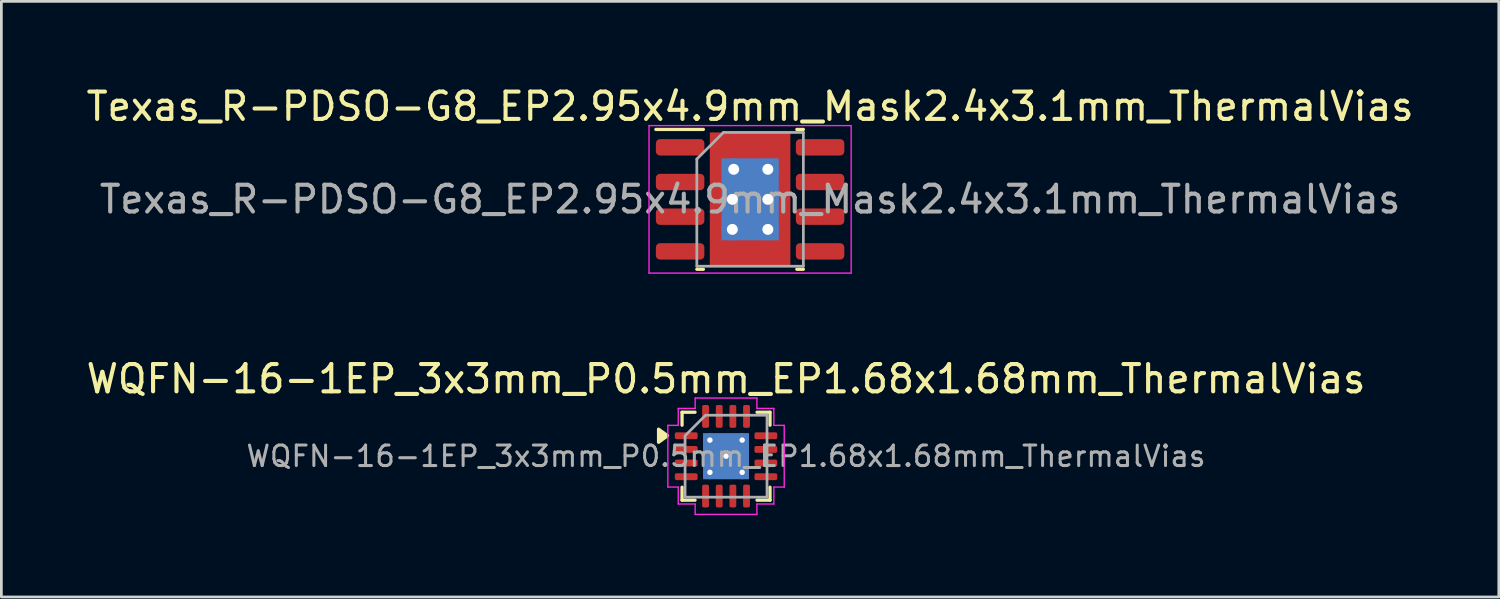
<source format=kicad_pcb>
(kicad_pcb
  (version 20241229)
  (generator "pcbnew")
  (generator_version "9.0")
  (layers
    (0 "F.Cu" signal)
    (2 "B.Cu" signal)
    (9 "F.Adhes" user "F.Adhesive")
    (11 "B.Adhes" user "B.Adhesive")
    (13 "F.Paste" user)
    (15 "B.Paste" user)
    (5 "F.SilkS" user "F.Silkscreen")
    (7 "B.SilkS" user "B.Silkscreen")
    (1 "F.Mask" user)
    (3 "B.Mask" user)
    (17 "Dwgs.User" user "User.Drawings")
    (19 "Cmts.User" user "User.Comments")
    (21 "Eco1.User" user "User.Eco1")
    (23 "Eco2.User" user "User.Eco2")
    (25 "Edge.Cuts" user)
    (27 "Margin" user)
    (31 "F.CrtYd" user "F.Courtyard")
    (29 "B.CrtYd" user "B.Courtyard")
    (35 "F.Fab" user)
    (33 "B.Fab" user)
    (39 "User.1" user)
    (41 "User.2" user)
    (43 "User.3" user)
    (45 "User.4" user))
  (footprint "WQFN-16-1EP_3x3mm_P0.5mm_EP1.68x1.68mm_ThermalVias"
    (layer "F.Cu")
    (at 23.53 13.652)
    (property "Reference" "WQFN-16-1EP_3x3mm_P0.5mm_EP1.68x1.68mm_ThermalVias" (at 0 -2.83 0) (layer "F.SilkS") (effects (font (size 1 1) (thickness 0.15))))
    (attr smd)
    (fp_line (start -1.61 -1.61) (end -1.135 -1.61) (stroke (width 0.12) (type solid)) (layer "F.SilkS"))
    (fp_line (start -1.61 -1.135) (end -1.61 -1.61) (stroke (width 0.12) (type solid)) (layer "F.SilkS"))
    (fp_line (start -1.61 1.61) (end -1.61 1.135) (stroke (width 0.12) (type solid)) (layer "F.SilkS"))
    (fp_line (start -1.135 1.61) (end -1.61 1.61) (stroke (width 0.12) (type solid)) (layer "F.SilkS"))
    (fp_line (start 1.135 -1.61) (end 1.61 -1.61) (stroke (width 0.12) (type solid)) (layer "F.SilkS"))
    (fp_line (start 1.61 -1.61) (end 1.61 -1.135) (stroke (width 0.12) (type solid)) (layer "F.SilkS"))
    (fp_line (start 1.61 1.135) (end 1.61 1.61) (stroke (width 0.12) (type solid)) (layer "F.SilkS"))
    (fp_line (start 1.61 1.61) (end 1.135 1.61) (stroke (width 0.12) (type solid)) (layer "F.SilkS"))
    (fp_poly (pts (xy -2.14 -0.75) (xy -2.47 -0.51) (xy -2.47 -0.99)) (stroke (width 0.12) (type solid)) (fill yes) (layer "F.SilkS"))
    (fp_line (start -2.13 -1.13) (end -1.75 -1.13) (stroke (width 0.05) (type solid)) (layer "F.CrtYd"))
    (fp_line (start -2.13 1.13) (end -2.13 -1.13) (stroke (width 0.05) (type solid)) (layer "F.CrtYd"))
    (fp_line (start -1.75 -1.75) (end -1.13 -1.75) (stroke (width 0.05) (type solid)) (layer "F.CrtYd"))
    (fp_line (start -1.75 -1.13) (end -1.75 -1.75) (stroke (width 0.05) (type solid)) (layer "F.CrtYd"))
    (fp_line (start -1.75 1.13) (end -2.13 1.13) (stroke (width 0.05) (type solid)) (layer "F.CrtYd"))
    (fp_line (start -1.75 1.75) (end -1.75 1.13) (stroke (width 0.05) (type solid)) (layer "F.CrtYd"))
    (fp_line (start -1.13 -2.13) (end 1.13 -2.13) (stroke (width 0.05) (type solid)) (layer "F.CrtYd"))
    (fp_line (start -1.13 -1.75) (end -1.13 -2.13) (stroke (width 0.05) (type solid)) (layer "F.CrtYd"))
    (fp_line (start -1.13 1.75) (end -1.75 1.75) (stroke (width 0.05) (type solid)) (layer "F.CrtYd"))
    (fp_line (start -1.13 2.13) (end -1.13 1.75) (stroke (width 0.05) (type solid)) (layer "F.CrtYd"))
    (fp_line (start 1.13 -2.13) (end 1.13 -1.75) (stroke (width 0.05) (type solid)) (layer "F.CrtYd"))
    (fp_line (start 1.13 -1.75) (end 1.75 -1.75) (stroke (width 0.05) (type solid)) (layer "F.CrtYd"))
    (fp_line (start 1.13 1.75) (end 1.13 2.13) (stroke (width 0.05) (type solid)) (layer "F.CrtYd"))
    (fp_line (start 1.13 2.13) (end -1.13 2.13) (stroke (width 0.05) (type solid)) (layer "F.CrtYd"))
    (fp_line (start 1.75 -1.75) (end 1.75 -1.13) (stroke (width 0.05) (type solid)) (layer "F.CrtYd"))
    (fp_line (start 1.75 -1.13) (end 2.13 -1.13) (stroke (width 0.05) (type solid)) (layer "F.CrtYd"))
    (fp_line (start 1.75 1.13) (end 1.75 1.75) (stroke (width 0.05) (type solid)) (layer "F.CrtYd"))
    (fp_line (start 1.75 1.75) (end 1.13 1.75) (stroke (width 0.05) (type solid)) (layer "F.CrtYd"))
    (fp_line (start 2.13 -1.13) (end 2.13 1.13) (stroke (width 0.05) (type solid)) (layer "F.CrtYd"))
    (fp_line (start 2.13 1.13) (end 1.75 1.13) (stroke (width 0.05) (type solid)) (layer "F.CrtYd"))
    (fp_poly (pts (xy -1.5 -0.75) (xy -1.5 1.5) (xy 1.5 1.5) (xy 1.5 -1.5) (xy -0.75 -1.5)) (stroke (width 0.1) (type solid)) (fill no) (layer "F.Fab"))
    (fp_text user "${REFERENCE}" (at 0 0 0) (layer "F.Fab") (effects (font (size 0.75 0.75) (thickness 0.11))))
    (pad "" smd roundrect (at -0.42 -0.42) (size 0.73 0.73) (layers "F.Paste") (roundrect_rratio 0.25))
    (pad "" smd roundrect (at -0.42 0.42) (size 0.73 0.73) (layers "F.Paste") (roundrect_rratio 0.25))
    (pad "" smd roundrect (at 0.42 -0.42) (size 0.73 0.73) (layers "F.Paste") (roundrect_rratio 0.25))
    (pad "" smd roundrect (at 0.42 0.42) (size 0.73 0.73) (layers "F.Paste") (roundrect_rratio 0.25))
    (pad "1" smd roundrect (at -1.458 -0.75) (size 0.835 0.25) (layers "F.Cu" "F.Mask" "F.Paste") (roundrect_rratio 0.25))
    (pad "2" smd roundrect (at -1.458 -0.25) (size 0.835 0.25) (layers "F.Cu" "F.Mask" "F.Paste") (roundrect_rratio 0.25))
    (pad "3" smd roundrect (at -1.458 0.25) (size 0.835 0.25) (layers "F.Cu" "F.Mask" "F.Paste") (roundrect_rratio 0.25))
    (pad "4" smd roundrect (at -1.458 0.75) (size 0.835 0.25) (layers "F.Cu" "F.Mask" "F.Paste") (roundrect_rratio 0.25))
    (pad "5" smd roundrect (at -0.75 1.458) (size 0.25 0.835) (layers "F.Cu" "F.Mask" "F.Paste") (roundrect_rratio 0.25))
    (pad "6" smd roundrect (at -0.25 1.458) (size 0.25 0.835) (layers "F.Cu" "F.Mask" "F.Paste") (roundrect_rratio 0.25))
    (pad "7" smd roundrect (at 0.25 1.458) (size 0.25 0.835) (layers "F.Cu" "F.Mask" "F.Paste") (roundrect_rratio 0.25))
    (pad "8" smd roundrect (at 0.75 1.458) (size 0.25 0.835) (layers "F.Cu" "F.Mask" "F.Paste") (roundrect_rratio 0.25))
    (pad "9" smd roundrect (at 1.458 0.75) (size 0.835 0.25) (layers "F.Cu" "F.Mask" "F.Paste") (roundrect_rratio 0.25))
    (pad "10" smd roundrect (at 1.458 0.25) (size 0.835 0.25) (layers "F.Cu" "F.Mask" "F.Paste") (roundrect_rratio 0.25))
    (pad "11" smd roundrect (at 1.458 -0.25) (size 0.835 0.25) (layers "F.Cu" "F.Mask" "F.Paste") (roundrect_rratio 0.25))
    (pad "12" smd roundrect (at 1.458 -0.75) (size 0.835 0.25) (layers "F.Cu" "F.Mask" "F.Paste") (roundrect_rratio 0.25))
    (pad "13" smd roundrect (at 0.75 -1.458) (size 0.25 0.835) (layers "F.Cu" "F.Mask" "F.Paste") (roundrect_rratio 0.25))
    (pad "14" smd roundrect (at 0.25 -1.458) (size 0.25 0.835) (layers "F.Cu" "F.Mask" "F.Paste") (roundrect_rratio 0.25))
    (pad "15" smd roundrect (at -0.25 -1.458) (size 0.25 0.835) (layers "F.Cu" "F.Mask" "F.Paste") (roundrect_rratio 0.25))
    (pad "16" smd roundrect (at -0.75 -1.458) (size 0.25 0.835) (layers "F.Cu" "F.Mask" "F.Paste") (roundrect_rratio 0.25))
    (pad "17" thru_hole circle (at -0.59 -0.59) (size 0.5 0.5) (drill 0.2) (property pad_prop_heatsink) (layers "*.Cu"))
    (pad "17" thru_hole circle (at -0.59 0.59) (size 0.5 0.5) (drill 0.2) (property pad_prop_heatsink) (layers "*.Cu"))
    (pad "17" thru_hole circle (at 0 0) (size 0.5 0.5) (drill 0.2) (property pad_prop_heatsink) (layers "*.Cu"))
    (pad "17" smd rect (at 0 0) (size 1.68 1.68) (property pad_prop_heatsink) (layers "F.Cu" "F.Mask"))
    (pad "17" smd rect (at 0 0) (size 1.68 1.68) (property pad_prop_heatsink) (layers "B.Cu" "B.Mask"))
    (pad "17" thru_hole circle (at 0.59 -0.59) (size 0.5 0.5) (drill 0.2) (property pad_prop_heatsink) (layers "*.Cu"))
    (pad "17" thru_hole circle (at 0.59 0.59) (size 0.5 0.5) (drill 0.2) (property pad_prop_heatsink) (layers "*.Cu")))
  (footprint "Texas_R-PDSO-G8_EP2.95x4.9mm_Mask2.4x3.1mm_ThermalVias"
    (layer "F.Cu")
    (at 24.411 4.248)
    (property "Reference" "Texas_R-PDSO-G8_EP2.95x4.9mm_Mask2.4x3.1mm_ThermalVias" (at 0 -3.4 0) (layer "F.SilkS") (effects (font (size 1 1) (thickness 0.15))))
    (attr smd)
    (fp_line (start -1.711 -2.56) (end -3.45 -2.56) (stroke (width 0.12) (type solid)) (layer "F.SilkS"))
    (fp_line (start -1.711 2.56) (end -1.95 2.56) (stroke (width 0.12) (type solid)) (layer "F.SilkS"))
    (fp_line (start 1.711 -2.56) (end 1.95 -2.56) (stroke (width 0.12) (type solid)) (layer "F.SilkS"))
    (fp_line (start 1.711 2.56) (end 1.95 2.56) (stroke (width 0.12) (type solid)) (layer "F.SilkS"))
    (fp_line (start -3.7 -2.7) (end -3.7 2.7) (stroke (width 0.05) (type solid)) (layer "F.CrtYd"))
    (fp_line (start -3.7 2.7) (end 3.7 2.7) (stroke (width 0.05) (type solid)) (layer "F.CrtYd"))
    (fp_line (start 3.7 -2.7) (end -3.7 -2.7) (stroke (width 0.05) (type solid)) (layer "F.CrtYd"))
    (fp_line (start 3.7 2.7) (end 3.7 -2.7) (stroke (width 0.05) (type solid)) (layer "F.CrtYd"))
    (fp_line (start -1.95 -1.475) (end -0.975 -2.45) (stroke (width 0.1) (type solid)) (layer "F.Fab"))
    (fp_line (start -1.95 2.45) (end -1.95 -1.475) (stroke (width 0.1) (type solid)) (layer "F.Fab"))
    (fp_line (start -0.975 -2.45) (end 1.95 -2.45) (stroke (width 0.1) (type solid)) (layer "F.Fab"))
    (fp_line (start 1.95 -2.45) (end 1.95 2.45) (stroke (width 0.1) (type solid)) (layer "F.Fab"))
    (fp_line (start 1.95 2.45) (end -1.95 2.45) (stroke (width 0.1) (type solid)) (layer "F.Fab"))
    (fp_text user "${REFERENCE}" (at 0 0 0) (layer "F.Fab") (effects (font (size 0.98 0.98) (thickness 0.15))))
    (pad "" smd roundrect (at -0.6 -1.03) (size 1.04 0.89) (layers "F.Paste") (roundrect_rratio 0.25))
    (pad "" smd roundrect (at -0.6 0) (size 1.04 0.89) (layers "F.Paste") (roundrect_rratio 0.25))
    (pad "" smd roundrect (at -0.6 1.03) (size 1.04 0.89) (layers "F.Paste") (roundrect_rratio 0.25))
    (pad "" smd rect (at 0 0) (size 2.4 3.1) (layers "F.Mask"))
    (pad "" smd roundrect (at 0.6 -1.03) (size 1.04 0.89) (layers "F.Paste") (roundrect_rratio 0.25))
    (pad "" smd roundrect (at 0.6 0) (size 1.04 0.89) (layers "F.Paste") (roundrect_rratio 0.25))
    (pad "" smd roundrect (at 0.6 1.03) (size 1.04 0.89) (layers "F.Paste") (roundrect_rratio 0.25))
    (pad "1" smd roundrect (at -2.562 -1.905) (size 1.775 0.6) (layers "F.Cu" "F.Mask" "F.Paste") (roundrect_rratio 0.25))
    (pad "2" smd roundrect (at -2.562 -0.635) (size 1.775 0.6) (layers "F.Cu" "F.Mask" "F.Paste") (roundrect_rratio 0.25))
    (pad "3" smd roundrect (at -2.562 0.635) (size 1.775 0.6) (layers "F.Cu" "F.Mask" "F.Paste") (roundrect_rratio 0.25))
    (pad "4" smd roundrect (at -2.562 1.905) (size 1.775 0.6) (layers "F.Cu" "F.Mask" "F.Paste") (roundrect_rratio 0.25))
    (pad "5" smd roundrect (at 2.562 1.905) (size 1.775 0.6) (layers "F.Cu" "F.Mask" "F.Paste") (roundrect_rratio 0.25))
    (pad "6" smd roundrect (at 2.562 0.635) (size 1.775 0.6) (layers "F.Cu" "F.Mask" "F.Paste") (roundrect_rratio 0.25))
    (pad "7" smd roundrect (at 2.562 -0.635) (size 1.775 0.6) (layers "F.Cu" "F.Mask" "F.Paste") (roundrect_rratio 0.25))
    (pad "8" smd roundrect (at 2.562 -1.905) (size 1.775 0.6) (layers "F.Cu" "F.Mask" "F.Paste") (roundrect_rratio 0.25))
    (pad "9" thru_hole circle (at -0.65 0) (size 0.8 0.8) (drill 0.4) (layers "*.Cu" "*.Mask"))
    (pad "9" thru_hole circle (at -0.65 1.1) (size 0.8 0.8) (drill 0.4) (layers "*.Cu" "*.Mask"))
    (pad "9" thru_hole circle (at -0.6 -1.1) (size 0.8 0.8) (drill 0.4) (layers "*.Cu" "*.Mask"))
    (pad "9" smd rect (at 0 0) (size 2.1 3) (layers "B.Cu"))
    (pad "9" smd rect (at 0 0) (size 2.95 4.9) (layers "F.Cu" "F.Mask"))
    (pad "9" thru_hole circle (at 0.65 -1.1) (size 0.8 0.8) (drill 0.4) (layers "*.Cu" "*.Mask"))
    (pad "9" thru_hole circle (at 0.65 0) (size 0.8 0.8) (drill 0.4) (layers "*.Cu" "*.Mask"))
    (pad "9" thru_hole circle (at 0.65 1.1) (size 0.8 0.8) (drill 0.4) (layers "*.Cu" "*.Mask")))
  (gr_rect
    (start -3 -3)
    (end 51.821 18.806)
    (stroke (width 0.1) (type default))
    (fill no)
    (layer "Edge.Cuts")))
</source>
